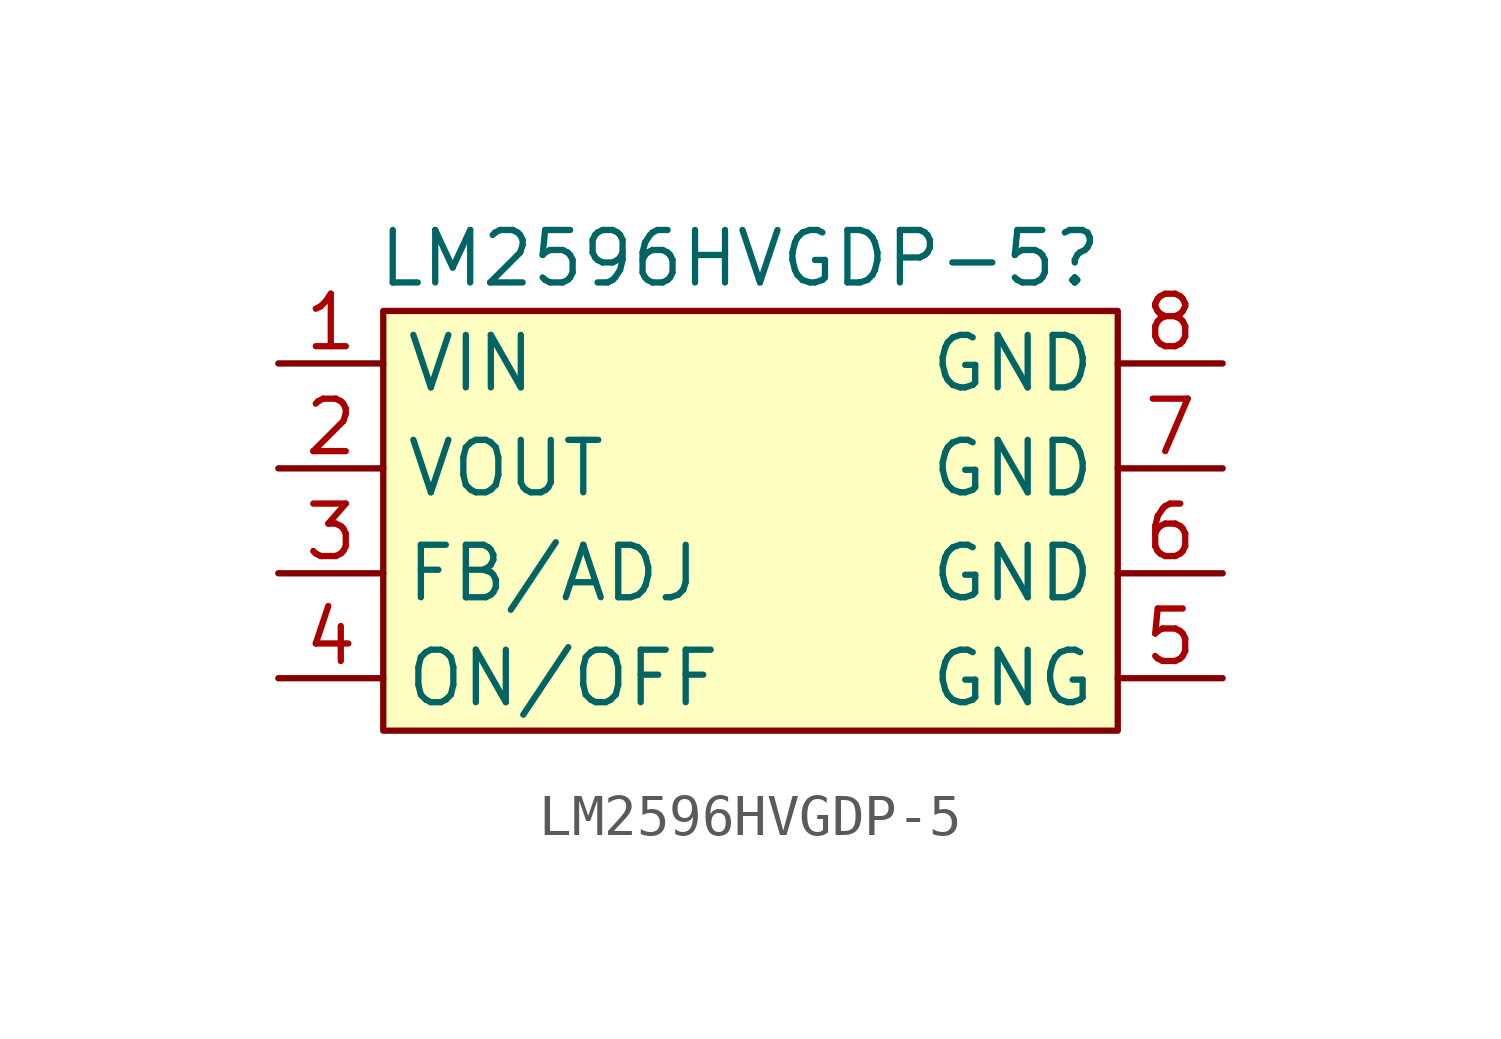
<source format=kicad_sym>
(kicad_symbol_lib
  (version 20241209)
  (generator "kicad_symbol_editor")
  (generator_version "9.0")
  (symbol "LM2596HVGDP-5"
    (property "Reference" "LM2596HVGDP-5"
      (at 3.556 -1.27 0)
      (effects (font (size 1.27 1.27))))
    (property "Value" ""
      (at 3.556 -1.27 0)
      (effects (font (size 1.27 1.27))))
    (symbol "LM2596HVGDP-5_1_1"
      (rectangle (start -5.08 -2.54) (end 12.7 -12.7) (stroke (width 0) (type solid)) (fill (type background)))
      (pin output line (at -7.62 -3.81 0) (length 2.54) (name "VIN" (effects (font (size 1.27 1.27)))) (number "1" (effects (font (size 1.27 1.27)))))
      (pin output line (at -7.62 -6.35 0) (length 2.54) (name "VOUT" (effects (font (size 1.27 1.27)))) (number "2" (effects (font (size 1.27 1.27)))))
      (pin input line (at -7.62 -8.89 0) (length 2.54) (name "FB/ADJ" (effects (font (size 1.27 1.27)))) (number "3" (effects (font (size 1.27 1.27)))))
      (pin input line (at -7.62 -11.43 0) (length 2.54) (name "ON/OFF" (effects (font (size 1.27 1.27)))) (number "4" (effects (font (size 1.27 1.27)))))
      (pin input line (at 15.24 -3.81 180) (length 2.54) (name "GND" (effects (font (size 1.27 1.27)))) (number "8" (effects (font (size 1.27 1.27)))))
      (pin input line (at 15.24 -6.35 180) (length 2.54) (name "GND" (effects (font (size 1.27 1.27)))) (number "7" (effects (font (size 1.27 1.27)))))
      (pin output line (at 15.24 -8.89 180) (length 2.54) (name "GND" (effects (font (size 1.27 1.27)))) (number "6" (effects (font (size 1.27 1.27)))))
      (pin output line (at 15.24 -11.43 180) (length 2.54) (name "GNG" (effects (font (size 1.27 1.27)))) (number "5" (effects (font (size 1.27 1.27))))))))
</source>
